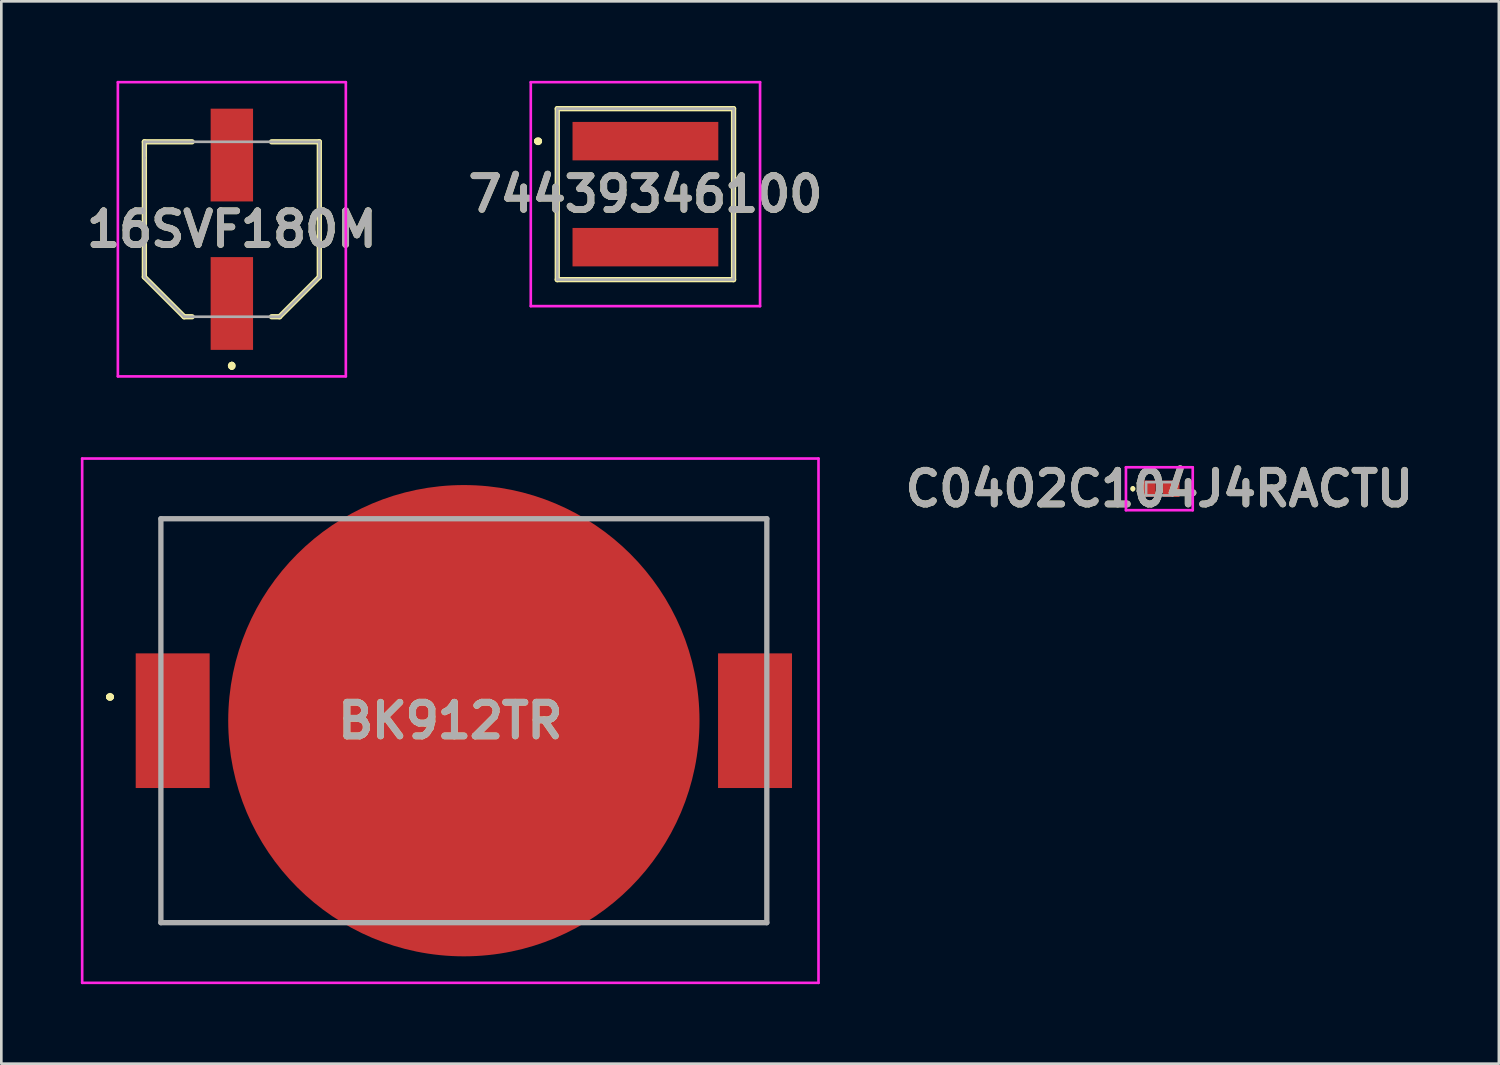
<source format=kicad_pcb>
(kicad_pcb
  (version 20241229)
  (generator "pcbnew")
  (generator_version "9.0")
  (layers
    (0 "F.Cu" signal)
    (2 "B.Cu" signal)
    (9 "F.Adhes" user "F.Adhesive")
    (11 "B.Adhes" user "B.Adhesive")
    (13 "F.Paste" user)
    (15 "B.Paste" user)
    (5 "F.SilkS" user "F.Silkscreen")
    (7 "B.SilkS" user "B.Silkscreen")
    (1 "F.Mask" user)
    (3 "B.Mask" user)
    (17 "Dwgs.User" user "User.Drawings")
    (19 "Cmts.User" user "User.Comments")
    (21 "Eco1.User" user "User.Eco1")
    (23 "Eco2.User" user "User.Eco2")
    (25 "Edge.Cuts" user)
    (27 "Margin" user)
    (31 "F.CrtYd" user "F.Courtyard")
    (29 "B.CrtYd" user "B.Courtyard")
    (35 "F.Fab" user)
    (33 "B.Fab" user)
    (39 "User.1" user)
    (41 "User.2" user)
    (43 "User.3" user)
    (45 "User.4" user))
  (footprint "16SVF180M"
    (layer "F.Cu")
    (at 5.697 5.6)
    (property "Reference" "16SVF180M" (at 0 0 0) (layer "F.SilkS") (effects (font (size 1.27 1.27) (thickness 0.254))))
    (attr smd)
    (fp_line (start -3.3 -3.3) (end -3.3 1.8) (stroke (width 0.2) (type solid)) (layer "F.SilkS"))
    (fp_line (start -3.3 1.8) (end -1.8 3.3) (stroke (width 0.2) (type solid)) (layer "F.SilkS"))
    (fp_line (start -1.8 3.3) (end -1.5 3.3) (stroke (width 0.2) (type solid)) (layer "F.SilkS"))
    (fp_line (start -1.5 -3.3) (end -3.3 -3.3) (stroke (width 0.2) (type solid)) (layer "F.SilkS"))
    (fp_line (start 0 5.1) (end 0 5.1) (stroke (width 0.2) (type solid)) (layer "F.SilkS"))
    (fp_line (start 0 5.1) (end 0 5.1) (stroke (width 0.2) (type solid)) (layer "F.SilkS"))
    (fp_line (start 0 5.2) (end 0 5.2) (stroke (width 0.2) (type solid)) (layer "F.SilkS"))
    (fp_line (start 1.5 3.3) (end 1.8 3.3) (stroke (width 0.2) (type solid)) (layer "F.SilkS"))
    (fp_line (start 1.8 3.3) (end 3.3 1.8) (stroke (width 0.2) (type solid)) (layer "F.SilkS"))
    (fp_line (start 3.3 -3.3) (end 1.5 -3.3) (stroke (width 0.2) (type solid)) (layer "F.SilkS"))
    (fp_line (start 3.3 1.8) (end 3.3 -3.3) (stroke (width 0.2) (type solid)) (layer "F.SilkS"))
    (fp_arc (start 0 5.1) (mid 0.05 5.15) (end 0 5.2) (stroke (width 0.2) (type solid)) (layer "F.SilkS"))
    (fp_arc (start 0 5.2) (mid -0.05 5.15) (end 0 5.1) (stroke (width 0.2) (type solid)) (layer "F.SilkS"))
    (fp_arc (start 0 5.2) (mid -0.05 5.15) (end 0 5.1) (stroke (width 0.2) (type solid)) (layer "F.SilkS"))
    (fp_line (start -4.3 -5.55) (end 4.3 -5.55) (stroke (width 0.1) (type solid)) (layer "F.CrtYd"))
    (fp_line (start -4.3 5.55) (end -4.3 -5.55) (stroke (width 0.1) (type solid)) (layer "F.CrtYd"))
    (fp_line (start 4.3 -5.55) (end 4.3 5.55) (stroke (width 0.1) (type solid)) (layer "F.CrtYd"))
    (fp_line (start 4.3 5.55) (end -4.3 5.55) (stroke (width 0.1) (type solid)) (layer "F.CrtYd"))
    (fp_line (start -3.3 -3.3) (end -3.3 -2.7) (stroke (width 0.1) (type solid)) (layer "F.Fab"))
    (fp_line (start -3.3 -2.7) (end -3.3 1.8) (stroke (width 0.1) (type solid)) (layer "F.Fab"))
    (fp_line (start -3.3 1.8) (end -1.8 3.3) (stroke (width 0.1) (type solid)) (layer "F.Fab"))
    (fp_line (start -1.8 3.3) (end 1.8 3.3) (stroke (width 0.1) (type solid)) (layer "F.Fab"))
    (fp_line (start 1.8 3.3) (end 3.3 1.8) (stroke (width 0.1) (type solid)) (layer "F.Fab"))
    (fp_line (start 3.3 -3.3) (end -3.3 -3.3) (stroke (width 0.1) (type solid)) (layer "F.Fab"))
    (fp_line (start 3.3 1.8) (end 3.3 -3.3) (stroke (width 0.1) (type solid)) (layer "F.Fab"))
    (fp_text user "${REFERENCE}" (at 0 0 0) (layer "F.Fab") (effects (font (size 1.27 1.27) (thickness 0.254))))
    (pad "1" smd rect (at 0 2.8) (size 1.6 3.5) (layers "F.Cu" "F.Mask" "F.Paste"))
    (pad "2" smd rect (at 0 -2.8) (size 1.6 3.5) (layers "F.Cu" "F.Mask" "F.Paste")))
  (footprint "BK912TR"
    (layer "F.Cu")
    (at 14.45 24.14)
    (property "Reference" "BK912TR" (at -0.51 0 0) (layer "F.SilkS") (effects (font (size 1.27 1.27) (thickness 0.254))))
    (attr smd)
    (fp_line (start -13.4 -0.9) (end -13.4 -0.9) (stroke (width 0.2) (type solid)) (layer "F.SilkS"))
    (fp_line (start -13.4 -0.9) (end -13.4 -0.9) (stroke (width 0.2) (type solid)) (layer "F.SilkS"))
    (fp_line (start -13.3 -0.9) (end -13.3 -0.9) (stroke (width 0.2) (type solid)) (layer "F.SilkS"))
    (fp_line (start -11.43 -7.62) (end -11.43 -7.62) (stroke (width 0.1) (type solid)) (layer "F.SilkS"))
    (fp_line (start -11.43 -7.62) (end -11.43 -7.62) (stroke (width 0.1) (type solid)) (layer "F.SilkS"))
    (fp_line (start -11.43 -7.62) (end -11.43 -3.25) (stroke (width 0.1) (type solid)) (layer "F.SilkS"))
    (fp_line (start -11.43 -7.62) (end -5.5 -7.62) (stroke (width 0.1) (type solid)) (layer "F.SilkS"))
    (fp_line (start -11.43 -3.25) (end -11.43 -7.62) (stroke (width 0.1) (type solid)) (layer "F.SilkS"))
    (fp_line (start -11.43 -3.25) (end -11.43 -3.25) (stroke (width 0.1) (type solid)) (layer "F.SilkS"))
    (fp_line (start -11.43 3.5) (end -11.43 3.5) (stroke (width 0.1) (type solid)) (layer "F.SilkS"))
    (fp_line (start -11.43 3.5) (end -11.43 7.62) (stroke (width 0.1) (type solid)) (layer "F.SilkS"))
    (fp_line (start -11.43 7.62) (end -11.43 3.5) (stroke (width 0.1) (type solid)) (layer "F.SilkS"))
    (fp_line (start -11.43 7.62) (end -11.43 7.62) (stroke (width 0.1) (type solid)) (layer "F.SilkS"))
    (fp_line (start -11.43 7.62) (end -11.43 7.62) (stroke (width 0.1) (type solid)) (layer "F.SilkS"))
    (fp_line (start -11.43 7.62) (end -5.75 7.62) (stroke (width 0.1) (type solid)) (layer "F.SilkS"))
    (fp_line (start -5.75 7.62) (end -11.43 7.62) (stroke (width 0.1) (type solid)) (layer "F.SilkS"))
    (fp_line (start -5.75 7.62) (end -5.75 7.62) (stroke (width 0.1) (type solid)) (layer "F.SilkS"))
    (fp_line (start -5.5 -7.62) (end -11.43 -7.62) (stroke (width 0.1) (type solid)) (layer "F.SilkS"))
    (fp_line (start -5.5 -7.62) (end -5.5 -7.62) (stroke (width 0.1) (type solid)) (layer "F.SilkS"))
    (fp_line (start 5.5 -7.62) (end 5.5 -7.62) (stroke (width 0.1) (type solid)) (layer "F.SilkS"))
    (fp_line (start 5.5 -7.62) (end 11.43 -7.62) (stroke (width 0.1) (type solid)) (layer "F.SilkS"))
    (fp_line (start 5.75 7.62) (end 5.75 7.62) (stroke (width 0.1) (type solid)) (layer "F.SilkS"))
    (fp_line (start 5.75 7.62) (end 11.43 7.62) (stroke (width 0.1) (type solid)) (layer "F.SilkS"))
    (fp_line (start 11.43 -7.62) (end 5.5 -7.62) (stroke (width 0.1) (type solid)) (layer "F.SilkS"))
    (fp_line (start 11.43 -7.62) (end 11.43 -7.62) (stroke (width 0.1) (type solid)) (layer "F.SilkS"))
    (fp_line (start 11.43 -7.62) (end 11.43 -7.62) (stroke (width 0.1) (type solid)) (layer "F.SilkS"))
    (fp_line (start 11.43 -7.62) (end 11.43 -3.25) (stroke (width 0.1) (type solid)) (layer "F.SilkS"))
    (fp_line (start 11.43 -3.25) (end 11.43 -7.62) (stroke (width 0.1) (type solid)) (layer "F.SilkS"))
    (fp_line (start 11.43 -3.25) (end 11.43 -3.25) (stroke (width 0.1) (type solid)) (layer "F.SilkS"))
    (fp_line (start 11.43 3.25) (end 11.43 3.25) (stroke (width 0.1) (type solid)) (layer "F.SilkS"))
    (fp_line (start 11.43 3.25) (end 11.43 7.62) (stroke (width 0.1) (type solid)) (layer "F.SilkS"))
    (fp_line (start 11.43 7.62) (end 5.75 7.62) (stroke (width 0.1) (type solid)) (layer "F.SilkS"))
    (fp_line (start 11.43 7.62) (end 11.43 3.25) (stroke (width 0.1) (type solid)) (layer "F.SilkS"))
    (fp_line (start 11.43 7.62) (end 11.43 7.62) (stroke (width 0.1) (type solid)) (layer "F.SilkS"))
    (fp_line (start 11.43 7.62) (end 11.43 7.62) (stroke (width 0.1) (type solid)) (layer "F.SilkS"))
    (fp_arc (start -13.4 -0.9) (mid -13.35 -0.95) (end -13.3 -0.9) (stroke (width 0.2) (type solid)) (layer "F.SilkS"))
    (fp_arc (start -13.3 -0.9) (mid -13.35 -0.85) (end -13.4 -0.9) (stroke (width 0.2) (type solid)) (layer "F.SilkS"))
    (fp_arc (start -13.3 -0.9) (mid -13.35 -0.85) (end -13.4 -0.9) (stroke (width 0.2) (type solid)) (layer "F.SilkS"))
    (fp_line (start -14.4 -9.89) (end 13.38 -9.89) (stroke (width 0.1) (type solid)) (layer "F.CrtYd"))
    (fp_line (start -14.4 9.89) (end -14.4 -9.89) (stroke (width 0.1) (type solid)) (layer "F.CrtYd"))
    (fp_line (start 13.38 -9.89) (end 13.38 9.89) (stroke (width 0.1) (type solid)) (layer "F.CrtYd"))
    (fp_line (start 13.38 9.89) (end -14.4 9.89) (stroke (width 0.1) (type solid)) (layer "F.CrtYd"))
    (fp_line (start -11.43 -7.62) (end -11.43 7.62) (stroke (width 0.2) (type solid)) (layer "F.Fab"))
    (fp_line (start -11.43 7.62) (end 11.43 7.62) (stroke (width 0.2) (type solid)) (layer "F.Fab"))
    (fp_line (start 11.43 -7.62) (end -11.43 -7.62) (stroke (width 0.2) (type solid)) (layer "F.Fab"))
    (fp_line (start 11.43 7.62) (end 11.43 -7.62) (stroke (width 0.2) (type solid)) (layer "F.Fab"))
    (fp_text user "${REFERENCE}" (at -0.51 0 0) (layer "F.Fab") (effects (font (size 1.27 1.27) (thickness 0.254))))
    (pad "1" smd rect (at -10.985 0) (size 2.79 5.08) (layers "F.Cu" "F.Mask" "F.Paste"))
    (pad "2" smd rect (at 10.985 0) (size 2.79 5.08) (layers "F.Cu" "F.Mask" "F.Paste"))
    (pad "3" smd circle (at 0 0 90) (size 17.78 17.78) (layers "F.Cu" "F.Mask" "F.Paste")))
  (footprint "C0402C104J4RACTU"
    (layer "F.Cu")
    (at 40.689 15.389)
    (property "Reference" "C0402C104J4RACTU" (at 0 0 0) (layer "F.SilkS") (effects (font (size 1.27 1.27) (thickness 0.254))))
    (attr smd)
    (fp_line (start -1 -0.05) (end -1 -0.05) (stroke (width 0.1) (type solid)) (layer "F.SilkS"))
    (fp_line (start -1 0.05) (end -1 0.05) (stroke (width 0.1) (type solid)) (layer "F.SilkS"))
    (fp_arc (start -1 -0.05) (mid -0.95 0) (end -1 0.05) (stroke (width 0.1) (type solid)) (layer "F.SilkS"))
    (fp_arc (start -1 0.05) (mid -1.05 0) (end -1 -0.05) (stroke (width 0.1) (type solid)) (layer "F.SilkS"))
    (fp_line (start -1.26 -0.81) (end 1.26 -0.81) (stroke (width 0.1) (type solid)) (layer "F.CrtYd"))
    (fp_line (start -1.26 0.81) (end -1.26 -0.81) (stroke (width 0.1) (type solid)) (layer "F.CrtYd"))
    (fp_line (start 1.26 -0.81) (end 1.26 0.81) (stroke (width 0.1) (type solid)) (layer "F.CrtYd"))
    (fp_line (start 1.26 0.81) (end -1.26 0.81) (stroke (width 0.1) (type solid)) (layer "F.CrtYd"))
    (fp_line (start -0.5 -0.25) (end 0.5 -0.25) (stroke (width 0.1) (type solid)) (layer "F.Fab"))
    (fp_line (start -0.5 0.25) (end -0.5 -0.25) (stroke (width 0.1) (type solid)) (layer "F.Fab"))
    (fp_line (start 0.5 -0.25) (end 0.5 0.25) (stroke (width 0.1) (type solid)) (layer "F.Fab"))
    (fp_line (start 0.5 0.25) (end -0.5 0.25) (stroke (width 0.1) (type solid)) (layer "F.Fab"))
    (fp_text user "${REFERENCE}" (at 0 0 0) (layer "F.Fab") (effects (font (size 1.27 1.27) (thickness 0.254))))
    (pad "1" smd rect (at -0.45 0 90) (size 0.62 0.62) (layers "F.Cu" "F.Mask" "F.Paste"))
    (pad "2" smd rect (at 0.45 0 90) (size 0.62 0.62) (layers "F.Cu" "F.Mask" "F.Paste")))
  (footprint "74439346100"
    (layer "F.Cu")
    (at 21.3 4.275)
    (property "Reference" "74439346100" (at 0 0 0) (layer "F.SilkS") (effects (font (size 1.27 1.27) (thickness 0.254))))
    (attr smd)
    (fp_line (start -4.1 -2) (end -4.1 -2) (stroke (width 0.2) (type solid)) (layer "F.SilkS"))
    (fp_line (start -4.1 -2) (end -4.1 -2) (stroke (width 0.2) (type solid)) (layer "F.SilkS"))
    (fp_line (start -4 -2) (end -4 -2) (stroke (width 0.2) (type solid)) (layer "F.SilkS"))
    (fp_line (start -3.325 -3.225) (end -3.325 3.225) (stroke (width 0.2) (type solid)) (layer "F.SilkS"))
    (fp_line (start -3.325 3.225) (end 3.325 3.225) (stroke (width 0.2) (type solid)) (layer "F.SilkS"))
    (fp_line (start 3.325 -3.225) (end -3.325 -3.225) (stroke (width 0.2) (type solid)) (layer "F.SilkS"))
    (fp_line (start 3.325 3.225) (end 3.325 -3.225) (stroke (width 0.2) (type solid)) (layer "F.SilkS"))
    (fp_arc (start -4.1 -2) (mid -4.05 -2.05) (end -4 -2) (stroke (width 0.2) (type solid)) (layer "F.SilkS"))
    (fp_arc (start -4 -2) (mid -4.05 -1.95) (end -4.1 -2) (stroke (width 0.2) (type solid)) (layer "F.SilkS"))
    (fp_arc (start -4 -2) (mid -4.05 -1.95) (end -4.1 -2) (stroke (width 0.2) (type solid)) (layer "F.SilkS"))
    (fp_line (start -4.325 -4.225) (end 4.325 -4.225) (stroke (width 0.1) (type solid)) (layer "F.CrtYd"))
    (fp_line (start -4.325 4.225) (end -4.325 -4.225) (stroke (width 0.1) (type solid)) (layer "F.CrtYd"))
    (fp_line (start 4.325 -4.225) (end 4.325 4.225) (stroke (width 0.1) (type solid)) (layer "F.CrtYd"))
    (fp_line (start 4.325 4.225) (end -4.325 4.225) (stroke (width 0.1) (type solid)) (layer "F.CrtYd"))
    (fp_line (start -3.325 -3.225) (end -3.325 3.225) (stroke (width 0.1) (type solid)) (layer "F.Fab"))
    (fp_line (start -3.325 3.225) (end 3.325 3.225) (stroke (width 0.1) (type solid)) (layer "F.Fab"))
    (fp_line (start 3.325 -3.225) (end -3.325 -3.225) (stroke (width 0.1) (type solid)) (layer "F.Fab"))
    (fp_line (start 3.325 3.225) (end 3.325 -3.225) (stroke (width 0.1) (type solid)) (layer "F.Fab"))
    (fp_text user "${REFERENCE}" (at 0 0 0) (layer "F.Fab") (effects (font (size 1.27 1.27) (thickness 0.254))))
    (pad "1" smd rect (at 0 -2 90) (size 1.45 5.5) (layers "F.Cu" "F.Mask" "F.Paste"))
    (pad "2" smd rect (at 0 2 90) (size 1.45 5.5) (layers "F.Cu" "F.Mask" "F.Paste")))
  (gr_rect
    (start -3 -3)
    (end 53.498 37.08)
    (stroke (width 0.1) (type default))
    (fill no)
    (layer "Edge.Cuts")))
</source>
